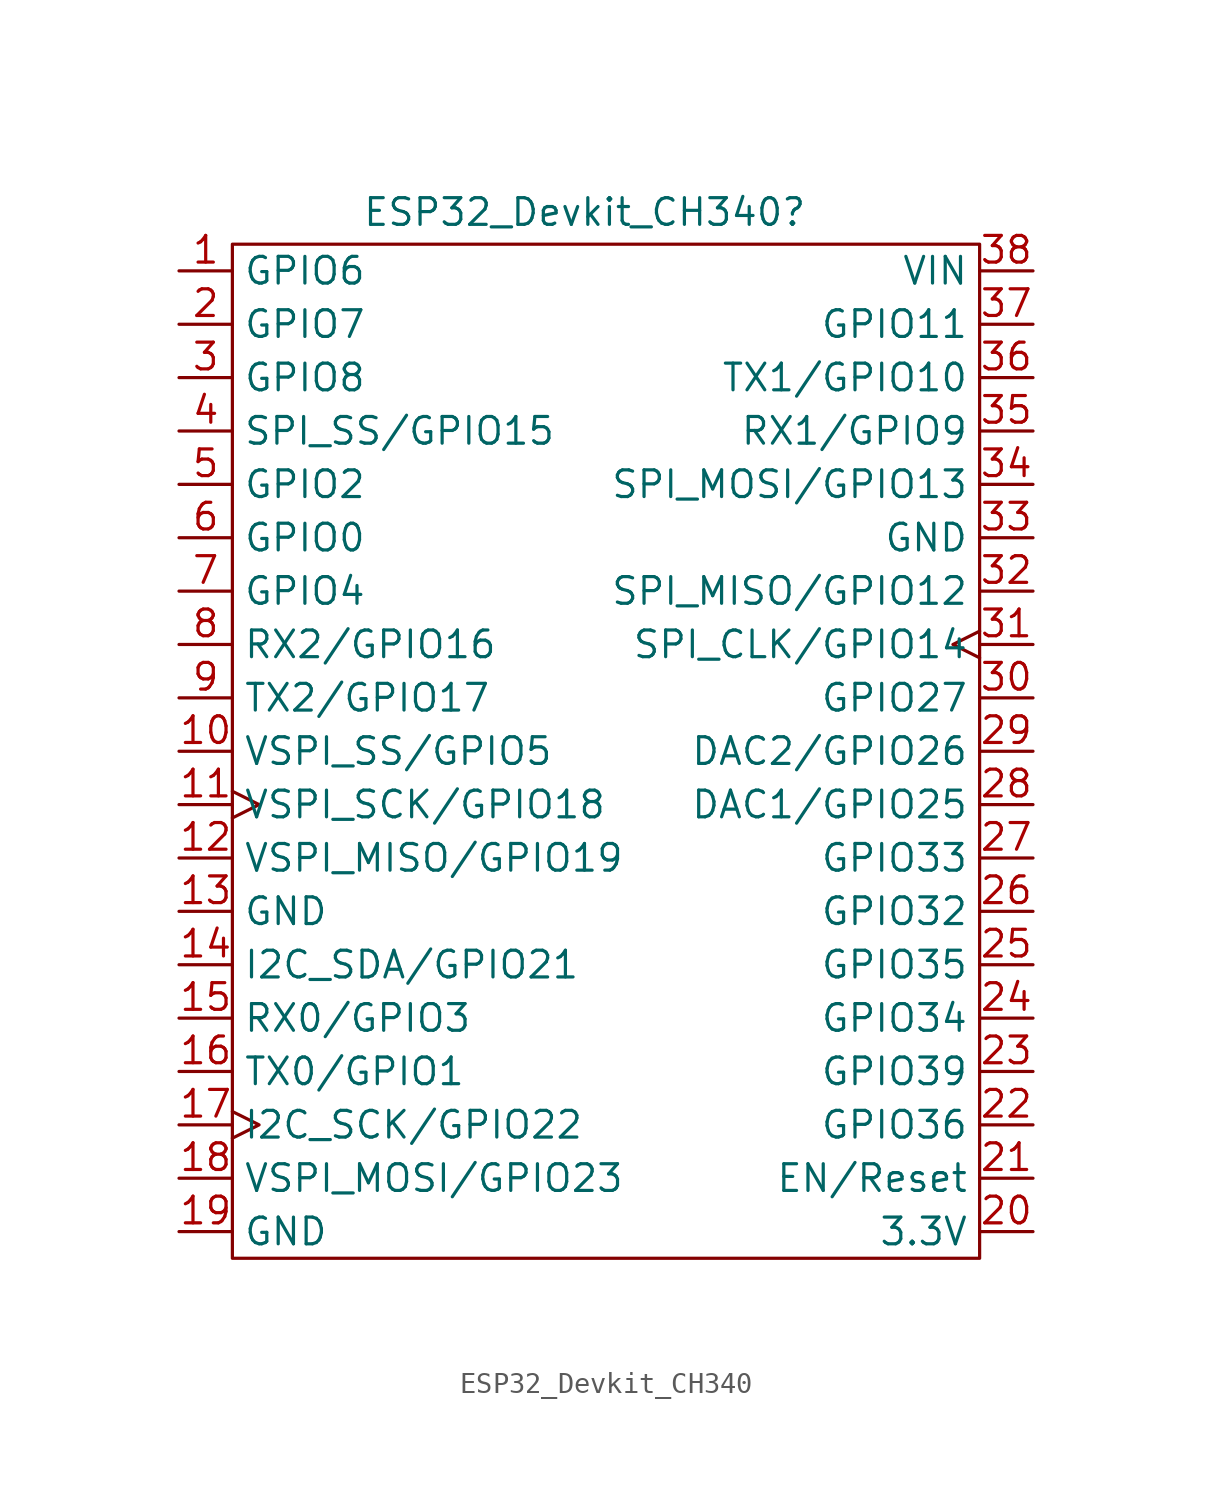
<source format=kicad_sym>
(kicad_symbol_lib
  (version 20241209)
  (generator "kicad_symbol_editor")
  (generator_version "9.0")
  (symbol "ESP32_Devkit_CH340"
    (property "Reference" "ESP32_Devkit_CH340"
      (at 9.144 1.524 0)
      (effects (font (size 1.27 1.27))))
    (property "Value" ""
      (at 0 0 0)
      (effects (font (size 1.27 1.27))))
    (symbol "ESP32_Devkit_CH340_0_1"
      (rectangle (start 27.94 -48.26) (end -7.62 0) (stroke (width 0) (type default)) (fill (type none))))
    (symbol "ESP32_Devkit_CH340_1_1"
      (pin bidirectional line (at -10.16 -1.27 0) (length 2.54) (name "GPIO6" (effects (font (size 1.27 1.27)))) (number "1" (effects (font (size 1.27 1.27)))))
      (pin bidirectional line (at -10.16 -3.81 0) (length 2.54) (name "GPIO7" (effects (font (size 1.27 1.27)))) (number "2" (effects (font (size 1.27 1.27)))))
      (pin bidirectional line (at -10.16 -6.35 0) (length 2.54) (name "GPIO8" (effects (font (size 1.27 1.27)))) (number "3" (effects (font (size 1.27 1.27)))))
      (pin bidirectional line (at -10.16 -8.89 0) (length 2.54) (name "SPI_SS/GPIO15" (effects (font (size 1.27 1.27)))) (number "4" (effects (font (size 1.27 1.27)))))
      (pin bidirectional line (at -10.16 -11.43 0) (length 2.54) (name "GPIO2" (effects (font (size 1.27 1.27)))) (number "5" (effects (font (size 1.27 1.27)))))
      (pin bidirectional line (at -10.16 -13.97 0) (length 2.54) (name "GPIO0" (effects (font (size 1.27 1.27)))) (number "6" (effects (font (size 1.27 1.27)))))
      (pin bidirectional line (at -10.16 -16.51 0) (length 2.54) (name "GPIO4" (effects (font (size 1.27 1.27)))) (number "7" (effects (font (size 1.27 1.27)))))
      (pin input line (at -10.16 -19.05 0) (length 2.54) (name "RX2/GPIO16" (effects (font (size 1.27 1.27)))) (number "8" (effects (font (size 1.27 1.27)))))
      (pin output line (at -10.16 -21.59 0) (length 2.54) (name "TX2/GPIO17" (effects (font (size 1.27 1.27)))) (number "9" (effects (font (size 1.27 1.27)))))
      (pin bidirectional line (at -10.16 -24.13 0) (length 2.54) (name "VSPI_SS/GPIO5" (effects (font (size 1.27 1.27)))) (number "10" (effects (font (size 1.27 1.27)))))
      (pin input clock (at -10.16 -26.67 0) (length 2.54) (name "VSPI_SCK/GPIO18" (effects (font (size 1.27 1.27)))) (number "11" (effects (font (size 1.27 1.27)))))
      (pin bidirectional line (at -10.16 -29.21 0) (length 2.54) (name "VSPI_MISO/GPIO19" (effects (font (size 1.27 1.27)))) (number "12" (effects (font (size 1.27 1.27)))))
      (pin power_in line (at -10.16 -31.75 0) (length 2.54) (name "GND" (effects (font (size 1.27 1.27)))) (number "13" (effects (font (size 1.27 1.27)))))
      (pin bidirectional line (at -10.16 -34.29 0) (length 2.54) (name "I2C_SDA/GPIO21" (effects (font (size 1.27 1.27)))) (number "14" (effects (font (size 1.27 1.27)))))
      (pin input line (at -10.16 -36.83 0) (length 2.54) (name "RX0/GPIO3" (effects (font (size 1.27 1.27)))) (number "15" (effects (font (size 1.27 1.27)))))
      (pin output line (at -10.16 -39.37 0) (length 2.54) (name "TX0/GPIO1" (effects (font (size 1.27 1.27)))) (number "16" (effects (font (size 1.27 1.27)))))
      (pin input clock (at -10.16 -41.91 0) (length 2.54) (name "I2C_SCK/GPIO22" (effects (font (size 1.27 1.27)))) (number "17" (effects (font (size 1.27 1.27)))))
      (pin bidirectional line (at -10.16 -44.45 0) (length 2.54) (name "VSPI_MOSI/GPIO23" (effects (font (size 1.27 1.27)))) (number "18" (effects (font (size 1.27 1.27)))))
      (pin power_in line (at -10.16 -46.99 0) (length 2.54) (name "GND" (effects (font (size 1.27 1.27)))) (number "19" (effects (font (size 1.27 1.27)))))
      (pin power_in line (at 30.48 -1.27 180) (length 2.54) (name "VIN" (effects (font (size 1.27 1.27)))) (number "38" (effects (font (size 1.27 1.27)))))
      (pin bidirectional line (at 30.48 -3.81 180) (length 2.54) (name "GPIO11" (effects (font (size 1.27 1.27)))) (number "37" (effects (font (size 1.27 1.27)))))
      (pin output line (at 30.48 -6.35 180) (length 2.54) (name "TX1/GPIO10" (effects (font (size 1.27 1.27)))) (number "36" (effects (font (size 1.27 1.27)))))
      (pin input line (at 30.48 -8.89 180) (length 2.54) (name "RX1/GPIO9" (effects (font (size 1.27 1.27)))) (number "35" (effects (font (size 1.27 1.27)))))
      (pin bidirectional line (at 30.48 -11.43 180) (length 2.54) (name "SPI_MOSI/GPIO13" (effects (font (size 1.27 1.27)))) (number "34" (effects (font (size 1.27 1.27)))))
      (pin power_in line (at 30.48 -13.97 180) (length 2.54) (name "GND" (effects (font (size 1.27 1.27)))) (number "33" (effects (font (size 1.27 1.27)))))
      (pin bidirectional line (at 30.48 -16.51 180) (length 2.54) (name "SPI_MISO/GPIO12" (effects (font (size 1.27 1.27)))) (number "32" (effects (font (size 1.27 1.27)))))
      (pin input clock (at 30.48 -19.05 180) (length 2.54) (name "SPI_CLK/GPIO14" (effects (font (size 1.27 1.27)))) (number "31" (effects (font (size 1.27 1.27)))))
      (pin bidirectional line (at 30.48 -21.59 180) (length 2.54) (name "GPIO27" (effects (font (size 1.27 1.27)))) (number "30" (effects (font (size 1.27 1.27)))))
      (pin bidirectional line (at 30.48 -24.13 180) (length 2.54) (name "DAC2/GPIO26" (effects (font (size 1.27 1.27)))) (number "29" (effects (font (size 1.27 1.27)))))
      (pin bidirectional line (at 30.48 -26.67 180) (length 2.54) (name "DAC1/GPIO25" (effects (font (size 1.27 1.27)))) (number "28" (effects (font (size 1.27 1.27)))))
      (pin bidirectional line (at 30.48 -29.21 180) (length 2.54) (name "GPIO33" (effects (font (size 1.27 1.27)))) (number "27" (effects (font (size 1.27 1.27)))))
      (pin bidirectional line (at 30.48 -31.75 180) (length 2.54) (name "GPIO32" (effects (font (size 1.27 1.27)))) (number "26" (effects (font (size 1.27 1.27)))))
      (pin bidirectional line (at 30.48 -34.29 180) (length 2.54) (name "GPIO35" (effects (font (size 1.27 1.27)))) (number "25" (effects (font (size 1.27 1.27)))))
      (pin bidirectional line (at 30.48 -36.83 180) (length 2.54) (name "GPIO34" (effects (font (size 1.27 1.27)))) (number "24" (effects (font (size 1.27 1.27)))))
      (pin bidirectional line (at 30.48 -39.37 180) (length 2.54) (name "GPIO39" (effects (font (size 1.27 1.27)))) (number "23" (effects (font (size 1.27 1.27)))))
      (pin bidirectional line (at 30.48 -41.91 180) (length 2.54) (name "GPIO36" (effects (font (size 1.27 1.27)))) (number "22" (effects (font (size 1.27 1.27)))))
      (pin input line (at 30.48 -44.45 180) (length 2.54) (name "EN/Reset" (effects (font (size 1.27 1.27)))) (number "21" (effects (font (size 1.27 1.27)))))
      (pin power_out line (at 30.48 -46.99 180) (length 2.54) (name "3.3V" (effects (font (size 1.27 1.27)))) (number "20" (effects (font (size 1.27 1.27))))))))
</source>
